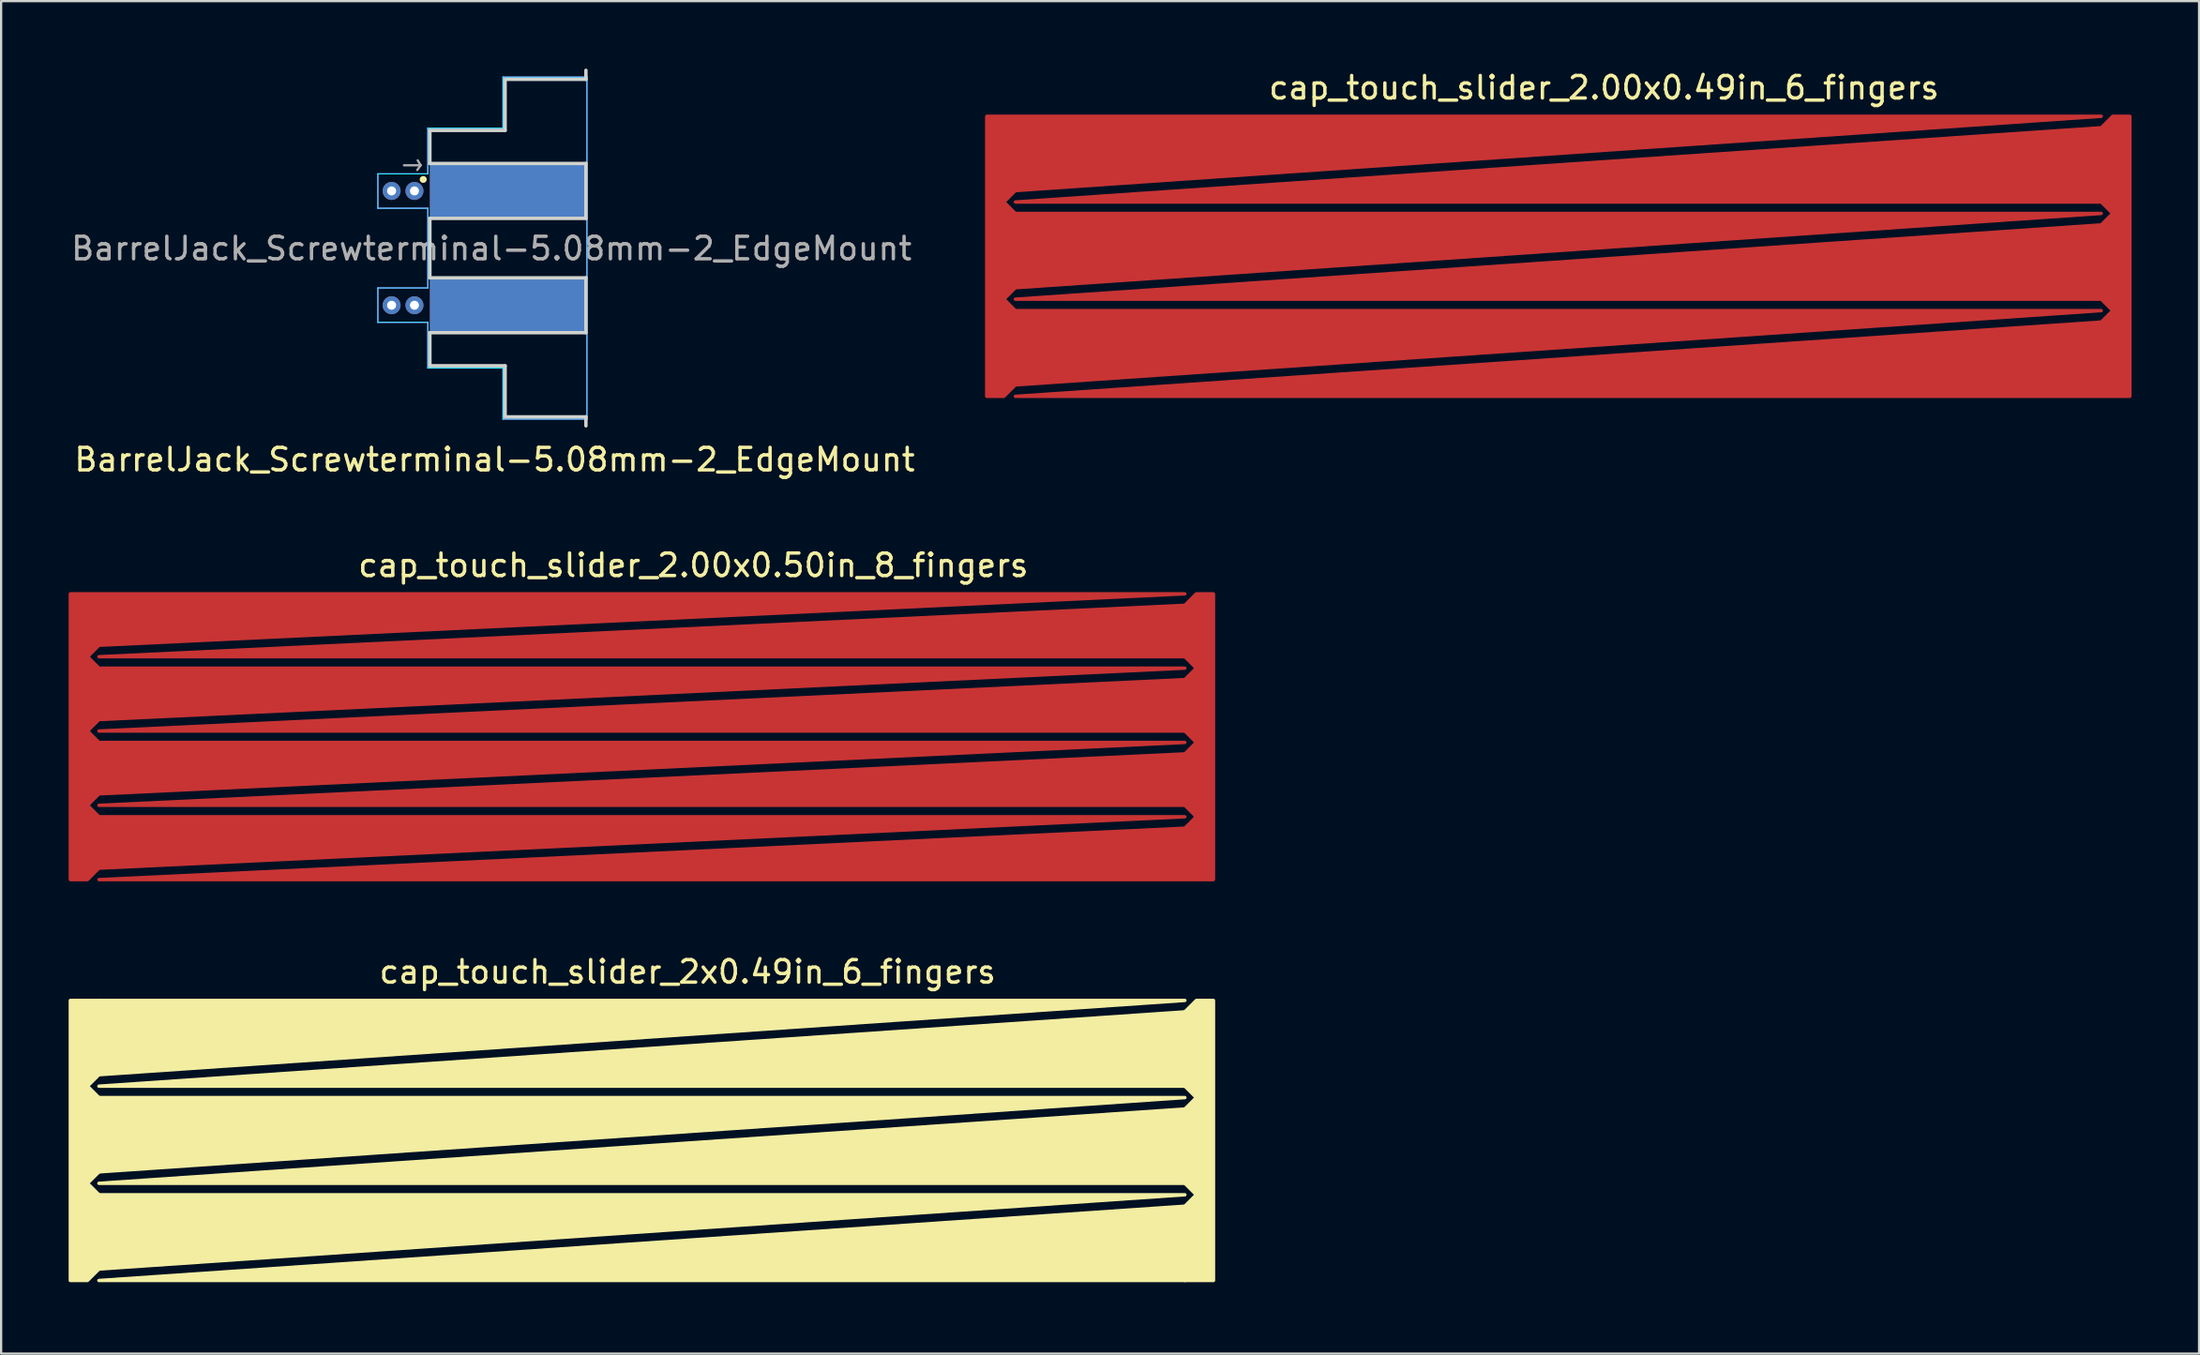
<source format=kicad_pcb>
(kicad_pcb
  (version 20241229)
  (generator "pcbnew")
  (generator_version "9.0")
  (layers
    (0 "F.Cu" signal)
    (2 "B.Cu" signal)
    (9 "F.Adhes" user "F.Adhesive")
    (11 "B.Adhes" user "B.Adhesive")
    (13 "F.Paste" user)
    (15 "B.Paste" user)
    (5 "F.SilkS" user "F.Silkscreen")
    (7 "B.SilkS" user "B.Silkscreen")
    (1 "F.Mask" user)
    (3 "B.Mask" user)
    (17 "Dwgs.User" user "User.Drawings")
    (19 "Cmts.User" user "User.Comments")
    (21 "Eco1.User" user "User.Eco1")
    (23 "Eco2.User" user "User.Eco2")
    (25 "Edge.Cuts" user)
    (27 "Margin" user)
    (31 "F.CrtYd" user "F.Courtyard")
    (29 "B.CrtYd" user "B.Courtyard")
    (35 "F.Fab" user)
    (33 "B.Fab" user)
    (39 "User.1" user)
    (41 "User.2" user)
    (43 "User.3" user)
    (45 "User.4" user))
  (footprint "cap_touch_slider_2.00x0.50in_8_fingers"
    (layer "F.Cu")
    (at 1.345 36.041)
    (property "Reference" "cap_touch_slider_2.00x0.50in_8_fingers" (at 26.416 -13.97 0) (layer "F.SilkS") (effects (font (size 1 1) (thickness 0.15))))
    (attr exclude_from_pos_files exclude_from_bom)
    (pad "1" smd custom (at -0.762 -6.35) (size 0.762 12.7) (layers "F.Cu") (options (anchor rect)) (primitives (gr_poly (pts (xy 49.022 3.556) (xy 0.762 5.842) (xy 0.762 3.556)) (width 0.15) (fill yes)) (gr_poly (pts (xy 49.022 -3.048) (xy 0.762 -0.762) (xy 0.762 -3.048)) (width 0.15) (fill yes)) (gr_poly (pts (xy 0.762 -6.35) (xy 0.762 -4.064) (xy 0.254 -3.556) (xy 0.762 -3.048) (xy 0.762 -0.762) (xy 0.254 -0.254) (xy 0.762 0.254) (xy 0.762 2.54) (xy 0.254 3.048) (xy 0.762 3.556) (xy 0.762 5.842) (xy 0.254 6.35) (xy -0.508 6.35) (xy -0.508 -6.35)) (width 0.15) (fill yes)) (gr_poly (pts (xy 49.022 -6.35) (xy 0.762 -4.064) (xy 0.762 -6.35)) (width 0.15) (fill yes)) (gr_poly (pts (xy 49.022 0.254) (xy 0.762 2.54) (xy 0.762 0.254)) (width 0.15) (fill yes))))
    (pad "2" smd custom (at 49.022 -6.35) (size 0.762 12.7) (layers "F.Cu") (options (anchor rect)) (primitives (gr_poly (pts (xy -49.022 -3.556) (xy -0.762 -5.842) (xy -0.762 -3.556)) (width 0.15) (fill yes)) (gr_poly (pts (xy -49.022 6.35) (xy -0.762 4.064) (xy -0.762 6.35)) (width 0.15) (fill yes)) (gr_poly (pts (xy -49.022 3.048) (xy -0.762 0.762) (xy -0.762 3.048)) (width 0.15) (fill yes)) (gr_poly (pts (xy -49.022 -0.254) (xy -0.762 -2.54) (xy -0.762 -0.254)) (width 0.15) (fill yes)) (gr_poly (pts (xy -0.762 6.35) (xy -0.762 4.064) (xy -0.254 3.556) (xy -0.762 3.048) (xy -0.762 0.762) (xy -0.254 0.254) (xy -0.762 -0.254) (xy -0.762 -2.54) (xy -0.254 -3.048) (xy -0.762 -3.556) (xy -0.762 -5.842) (xy -0.254 -6.35) (xy 0.508 -6.35) (xy 0.508 6.35)) (width 0.15) (fill yes)))))
  (footprint "cap_touch_slider_2x0.49in_6_fingers"
    (layer "F.Cu")
    (at 1.345 53.856)
    (property "Reference" "cap_touch_slider_2x0.49in_6_fingers" (at 26.162 -13.716 0) (layer "F.SilkS") (effects (font (size 1 1) (thickness 0.15))))
    (attr through_hole)
    (fp_poly (pts (xy 0 -8.636) (xy 48.26 -8.636) (xy 48.26 -11.938)) (stroke (width 0.15) (type solid)) (fill yes) (layer "F.SilkS"))
    (fp_poly (pts (xy 0 -4.318) (xy 48.26 -4.318) (xy 48.26 -7.62)) (stroke (width 0.15) (type solid)) (fill yes) (layer "F.SilkS"))
    (fp_poly (pts (xy 0 0) (xy 48.26 0) (xy 48.26 -3.302)) (stroke (width 0.15) (type solid)) (fill yes) (layer "F.SilkS"))
    (fp_poly (pts (xy 48.26 -12.446) (xy 0 -12.446) (xy 0 -9.144)) (stroke (width 0.15) (type solid)) (fill yes) (layer "F.SilkS"))
    (fp_poly (pts (xy 48.26 -8.128) (xy 0 -8.128) (xy 0 -4.826)) (stroke (width 0.15) (type solid)) (fill yes) (layer "F.SilkS"))
    (fp_poly (pts (xy 48.26 -3.81) (xy 0 -3.81) (xy 0 -0.508)) (stroke (width 0.15) (type solid)) (fill yes) (layer "F.SilkS"))
    (fp_poly (pts (xy 0 -12.446) (xy 0 -9.144) (xy -0.508 -8.636) (xy 0 -8.128) (xy 0 -4.826) (xy -0.508 -4.318) (xy 0 -3.81) (xy 0 -0.508) (xy -0.508 0) (xy -1.27 0) (xy -1.27 -12.446)) (stroke (width 0.15) (type solid)) (fill yes) (layer "F.SilkS"))
    (fp_poly (pts (xy 48.26 0) (xy 48.26 -3.302) (xy 48.768 -3.81) (xy 48.26 -4.318) (xy 48.26 -7.62) (xy 48.768 -8.128) (xy 48.26 -8.636) (xy 48.26 -11.938) (xy 48.768 -12.446) (xy 49.53 -12.446) (xy 49.53 0)) (stroke (width 0.15) (type solid)) (fill yes) (layer "F.SilkS")))
  (footprint "BarrelJack_Screwterminal-5.08mm-2_EdgeMount"
    (layer "F.Cu")
    (at 19.432 7.975)
    (property "Reference" "BarrelJack_Screwterminal-5.08mm-2_EdgeMount" (at -0.5 9.4 0) (layer "F.SilkS") (effects (font (size 1 1) (thickness 0.15))))
    (attr exclude_from_pos_files exclude_from_bom)
    (fp_line (start -3.68 -3.05) (end -3.67 -3.05) (stroke (width 0.3) (type solid)) (layer "F.SilkS"))
    (fp_line (start -3.378 -5.231) (end -3.378 -3.76) (stroke (width 0.15) (type solid)) (layer "Edge.Cuts"))
    (fp_line (start -3.378 -3.76) (end 3.556 -3.76) (stroke (width 0.15) (type solid)) (layer "Edge.Cuts"))
    (fp_line (start -3.378 -1.32) (end -3.378 1.32) (stroke (width 0.15) (type solid)) (layer "Edge.Cuts"))
    (fp_line (start -3.378 1.32) (end 3.556 1.32) (stroke (width 0.15) (type solid)) (layer "Edge.Cuts"))
    (fp_line (start -3.378 3.76) (end -3.378 5.231) (stroke (width 0.15) (type solid)) (layer "Edge.Cuts"))
    (fp_line (start -3.378 5.231) (end -0.035 5.231) (stroke (width 0.15) (type solid)) (layer "Edge.Cuts"))
    (fp_line (start -0.035 -7.5) (end -0.035 -5.231) (stroke (width 0.15) (type solid)) (layer "Edge.Cuts"))
    (fp_line (start -0.035 -5.231) (end -3.378 -5.231) (stroke (width 0.15) (type solid)) (layer "Edge.Cuts"))
    (fp_line (start -0.035 5.231) (end -0.035 7.5) (stroke (width 0.15) (type solid)) (layer "Edge.Cuts"))
    (fp_line (start -0.035 7.5) (end 3.556 7.5) (stroke (width 0.15) (type solid)) (layer "Edge.Cuts"))
    (fp_line (start 3.556 -7.9) (end 3.556 -7.5) (stroke (width 0.15) (type solid)) (layer "Edge.Cuts"))
    (fp_line (start 3.556 -7.5) (end -0.035 -7.5) (stroke (width 0.15) (type solid)) (layer "Edge.Cuts"))
    (fp_line (start 3.556 -3.76) (end 3.556 -1.32) (stroke (width 0.15) (type solid)) (layer "Edge.Cuts"))
    (fp_line (start 3.556 -1.32) (end -3.378 -1.32) (stroke (width 0.15) (type solid)) (layer "Edge.Cuts"))
    (fp_line (start 3.556 1.32) (end 3.556 3.76) (stroke (width 0.15) (type solid)) (layer "Edge.Cuts"))
    (fp_line (start 3.556 3.76) (end -3.378 3.76) (stroke (width 0.15) (type solid)) (layer "Edge.Cuts"))
    (fp_line (start 3.556 7.9) (end 3.556 7.5) (stroke (width 0.15) (type solid)) (layer "Edge.Cuts"))
    (fp_line (start -5.69 -3.3) (end -5.69 -1.77) (stroke (width 0.05) (type solid)) (layer "B.CrtYd"))
    (fp_line (start -5.69 -1.77) (end -3.47 -1.77) (stroke (width 0.05) (type solid)) (layer "B.CrtYd"))
    (fp_line (start -5.69 1.77) (end -3.47 1.77) (stroke (width 0.05) (type solid)) (layer "B.CrtYd"))
    (fp_line (start -5.69 3.3) (end -5.69 1.77) (stroke (width 0.05) (type solid)) (layer "B.CrtYd"))
    (fp_line (start -3.47 -5.33) (end -3.47 -3.3) (stroke (width 0.05) (type solid)) (layer "B.CrtYd"))
    (fp_line (start -3.47 -3.3) (end -5.69 -3.3) (stroke (width 0.05) (type solid)) (layer "B.CrtYd"))
    (fp_line (start -3.47 -1.77) (end -3.47 0) (stroke (width 0.05) (type solid)) (layer "B.CrtYd"))
    (fp_line (start -3.47 1.77) (end -3.47 0) (stroke (width 0.05) (type solid)) (layer "B.CrtYd"))
    (fp_line (start -3.47 3.3) (end -5.69 3.3) (stroke (width 0.05) (type solid)) (layer "B.CrtYd"))
    (fp_line (start -3.47 5.33) (end -3.47 3.3) (stroke (width 0.05) (type solid)) (layer "B.CrtYd"))
    (fp_line (start -0.13 -7.6) (end -0.13 -5.33) (stroke (width 0.05) (type solid)) (layer "B.CrtYd"))
    (fp_line (start -0.13 -5.33) (end -3.47 -5.33) (stroke (width 0.05) (type solid)) (layer "B.CrtYd"))
    (fp_line (start -0.13 5.33) (end -3.47 5.33) (stroke (width 0.05) (type solid)) (layer "B.CrtYd"))
    (fp_line (start -0.13 7.6) (end -0.13 5.33) (stroke (width 0.05) (type solid)) (layer "B.CrtYd"))
    (fp_line (start 3.6 -7.6) (end -0.13 -7.6) (stroke (width 0.05) (type solid)) (layer "B.CrtYd"))
    (fp_line (start 3.6 0) (end 3.6 -7.6) (stroke (width 0.05) (type solid)) (layer "B.CrtYd"))
    (fp_line (start 3.6 0) (end 3.6 7.6) (stroke (width 0.05) (type solid)) (layer "B.CrtYd"))
    (fp_line (start 3.6 7.6) (end -0.13 7.6) (stroke (width 0.05) (type solid)) (layer "B.CrtYd"))
    (fp_line (start -5.69 -3.3) (end -5.69 -1.77) (stroke (width 0.05) (type solid)) (layer "F.CrtYd"))
    (fp_line (start -5.69 -1.77) (end -3.47 -1.77) (stroke (width 0.05) (type solid)) (layer "F.CrtYd"))
    (fp_line (start -5.69 1.77) (end -3.47 1.77) (stroke (width 0.05) (type solid)) (layer "F.CrtYd"))
    (fp_line (start -5.69 3.3) (end -5.69 1.77) (stroke (width 0.05) (type solid)) (layer "F.CrtYd"))
    (fp_line (start -3.47 -5.33) (end -3.47 -3.3) (stroke (width 0.05) (type solid)) (layer "F.CrtYd"))
    (fp_line (start -3.47 -3.3) (end -5.69 -3.3) (stroke (width 0.05) (type solid)) (layer "F.CrtYd"))
    (fp_line (start -3.47 -1.77) (end -3.47 0) (stroke (width 0.05) (type solid)) (layer "F.CrtYd"))
    (fp_line (start -3.47 1.77) (end -3.47 0) (stroke (width 0.05) (type solid)) (layer "F.CrtYd"))
    (fp_line (start -3.47 3.3) (end -5.69 3.3) (stroke (width 0.05) (type solid)) (layer "F.CrtYd"))
    (fp_line (start -3.47 5.33) (end -3.47 3.3) (stroke (width 0.05) (type solid)) (layer "F.CrtYd"))
    (fp_line (start -0.13 -7.6) (end -0.13 -5.33) (stroke (width 0.05) (type solid)) (layer "F.CrtYd"))
    (fp_line (start -0.13 -5.33) (end -3.47 -5.33) (stroke (width 0.05) (type solid)) (layer "F.CrtYd"))
    (fp_line (start -0.13 5.33) (end -3.47 5.33) (stroke (width 0.05) (type solid)) (layer "F.CrtYd"))
    (fp_line (start -0.13 7.6) (end -0.13 5.33) (stroke (width 0.05) (type solid)) (layer "F.CrtYd"))
    (fp_line (start 3.6 -7.6) (end -0.13 -7.6) (stroke (width 0.05) (type solid)) (layer "F.CrtYd"))
    (fp_line (start 3.6 0) (end 3.6 -7.6) (stroke (width 0.05) (type solid)) (layer "F.CrtYd"))
    (fp_line (start 3.6 0) (end 3.6 7.6) (stroke (width 0.05) (type solid)) (layer "F.CrtYd"))
    (fp_line (start 3.6 7.6) (end -0.13 7.6) (stroke (width 0.05) (type solid)) (layer "F.CrtYd"))
    (fp_line (start -4.53 -3.68) (end -3.79 -3.68) (stroke (width 0.1) (type solid)) (layer "F.Fab"))
    (fp_line (start -3.79 -3.68) (end -3.94 -3.47) (stroke (width 0.1) (type solid)) (layer "F.Fab"))
    (fp_line (start -3.79 -3.68) (end -3.92 -3.9) (stroke (width 0.1) (type solid)) (layer "F.Fab"))
    (fp_line (start -3.378 -5.231) (end -3.378 -3.76) (stroke (width 0.1) (type solid)) (layer "F.Fab"))
    (fp_line (start -3.378 -3.76) (end 3.556 -3.76) (stroke (width 0.1) (type solid)) (layer "F.Fab"))
    (fp_line (start -3.378 -1.32) (end -3.378 1.32) (stroke (width 0.1) (type solid)) (layer "F.Fab"))
    (fp_line (start -3.378 1.32) (end 3.556 1.32) (stroke (width 0.1) (type solid)) (layer "F.Fab"))
    (fp_line (start -3.378 3.76) (end -3.378 5.231) (stroke (width 0.1) (type solid)) (layer "F.Fab"))
    (fp_line (start -3.378 5.231) (end -0.035 5.231) (stroke (width 0.1) (type solid)) (layer "F.Fab"))
    (fp_line (start -0.035 -7.5) (end -0.035 -5.231) (stroke (width 0.1) (type solid)) (layer "F.Fab"))
    (fp_line (start -0.035 -5.231) (end -3.378 -5.231) (stroke (width 0.1) (type solid)) (layer "F.Fab"))
    (fp_line (start -0.035 5.231) (end -0.035 7.5) (stroke (width 0.1) (type solid)) (layer "F.Fab"))
    (fp_line (start -0.035 7.5) (end 3.556 7.5) (stroke (width 0.1) (type solid)) (layer "F.Fab"))
    (fp_line (start 3.556 -7.9) (end 3.556 -7.5) (stroke (width 0.1) (type solid)) (layer "F.Fab"))
    (fp_line (start 3.556 -7.5) (end -0.035 -7.5) (stroke (width 0.1) (type solid)) (layer "F.Fab"))
    (fp_line (start 3.556 -3.76) (end 3.556 -1.32) (stroke (width 0.1) (type solid)) (layer "F.Fab"))
    (fp_line (start 3.556 -1.32) (end -3.378 -1.32) (stroke (width 0.1) (type solid)) (layer "F.Fab"))
    (fp_line (start 3.556 1.32) (end 3.556 3.76) (stroke (width 0.1) (type solid)) (layer "F.Fab"))
    (fp_line (start 3.556 3.76) (end -3.378 3.76) (stroke (width 0.1) (type solid)) (layer "F.Fab"))
    (fp_line (start 3.556 7.9) (end 3.556 7.5) (stroke (width 0.1) (type solid)) (layer "F.Fab"))
    (fp_text user "${REFERENCE}" (at -0.64 0.02 180) (layer "F.Fab") (effects (font (size 1 1) (thickness 0.15))))
    (pad "1" thru_hole circle (at -5.08 -2.54) (size 0.8 0.8) (drill 0.4) (layers "*.Cu"))
    (pad "1" thru_hole circle (at -4.064 -2.54) (size 0.8 0.8) (drill 0.4) (layers "*.Cu"))
    (pad "1" connect rect (at 0.089 -2.54) (size 6.934 2.54) (layers "F.Cu" "F.Mask"))
    (pad "1" connect rect (at 0.089 -2.54) (size 6.934 2.54) (layers "B.Cu" "B.Mask"))
    (pad "2" thru_hole circle (at -5.08 2.54) (size 0.8 0.8) (drill 0.4) (layers "*.Cu"))
    (pad "2" thru_hole circle (at -4.064 2.54) (size 0.8 0.8) (drill 0.4) (layers "*.Cu"))
    (pad "2" connect rect (at 0.089 2.54) (size 6.934 2.54) (layers "F.Cu" "F.Mask"))
    (pad "2" connect rect (at 0.089 2.54) (size 6.934 2.54) (layers "B.Cu" "B.Mask")))
  (footprint "cap_touch_slider_2.00x0.49in_6_fingers"
    (layer "F.Cu")
    (at 42.068 14.564)
    (property "Reference" "cap_touch_slider_2.00x0.49in_6_fingers" (at 26.162 -13.716 0) (layer "F.SilkS") (effects (font (size 1 1) (thickness 0.15))))
    (attr through_hole)
    (pad "1" smd custom (at -0.889 -6.223) (size 0.762 12.446) (layers "F.Cu") (options (anchor rect)) (primitives (gr_poly (pts (xy 0.889 -6.223) (xy 0.889 -2.921) (xy 0.381 -2.413) (xy 0.889 -1.905) (xy 0.889 1.397) (xy 0.381 1.905) (xy 0.889 2.413) (xy 0.889 5.715) (xy 0.381 6.223) (xy -0.381 6.223) (xy -0.381 -6.223)) (width 0.15) (fill yes)) (gr_poly (pts (xy 49.149 -6.223) (xy 0.889 -6.223) (xy 0.889 -2.921)) (width 0.15) (fill yes)) (gr_poly (pts (xy 49.149 -1.905) (xy 0.889 -1.905) (xy 0.889 1.397)) (width 0.15) (fill yes)) (gr_poly (pts (xy 49.149 2.413) (xy 0.889 2.413) (xy 0.889 5.715)) (width 0.15) (fill yes))))
    (pad "2" smd custom (at 49.149 -6.223) (size 0.762 12.446) (layers "F.Cu") (options (anchor rect)) (primitives (gr_poly (pts (xy -49.149 -2.413) (xy -0.889 -2.413) (xy -0.889 -5.715)) (width 0.15) (fill yes)) (gr_poly (pts (xy -49.149 1.905) (xy -0.889 1.905) (xy -0.889 -1.397)) (width 0.15) (fill yes)) (gr_poly (pts (xy -49.149 6.223) (xy -0.889 6.223) (xy -0.889 2.921)) (width 0.15) (fill yes)) (gr_poly (pts (xy -0.889 6.223) (xy -0.889 2.921) (xy -0.381 2.413) (xy -0.889 1.905) (xy -0.889 -1.397) (xy -0.381 -1.905) (xy -0.889 -2.413) (xy -0.889 -5.715) (xy -0.381 -6.223) (xy 0.381 -6.223) (xy 0.381 6.223)) (width 0.15) (fill yes)))))
  (gr_rect
    (start -3 -3)
    (end 94.673 57.106)
    (stroke (width 0.1) (type default))
    (fill no)
    (layer "Edge.Cuts")))
</source>
